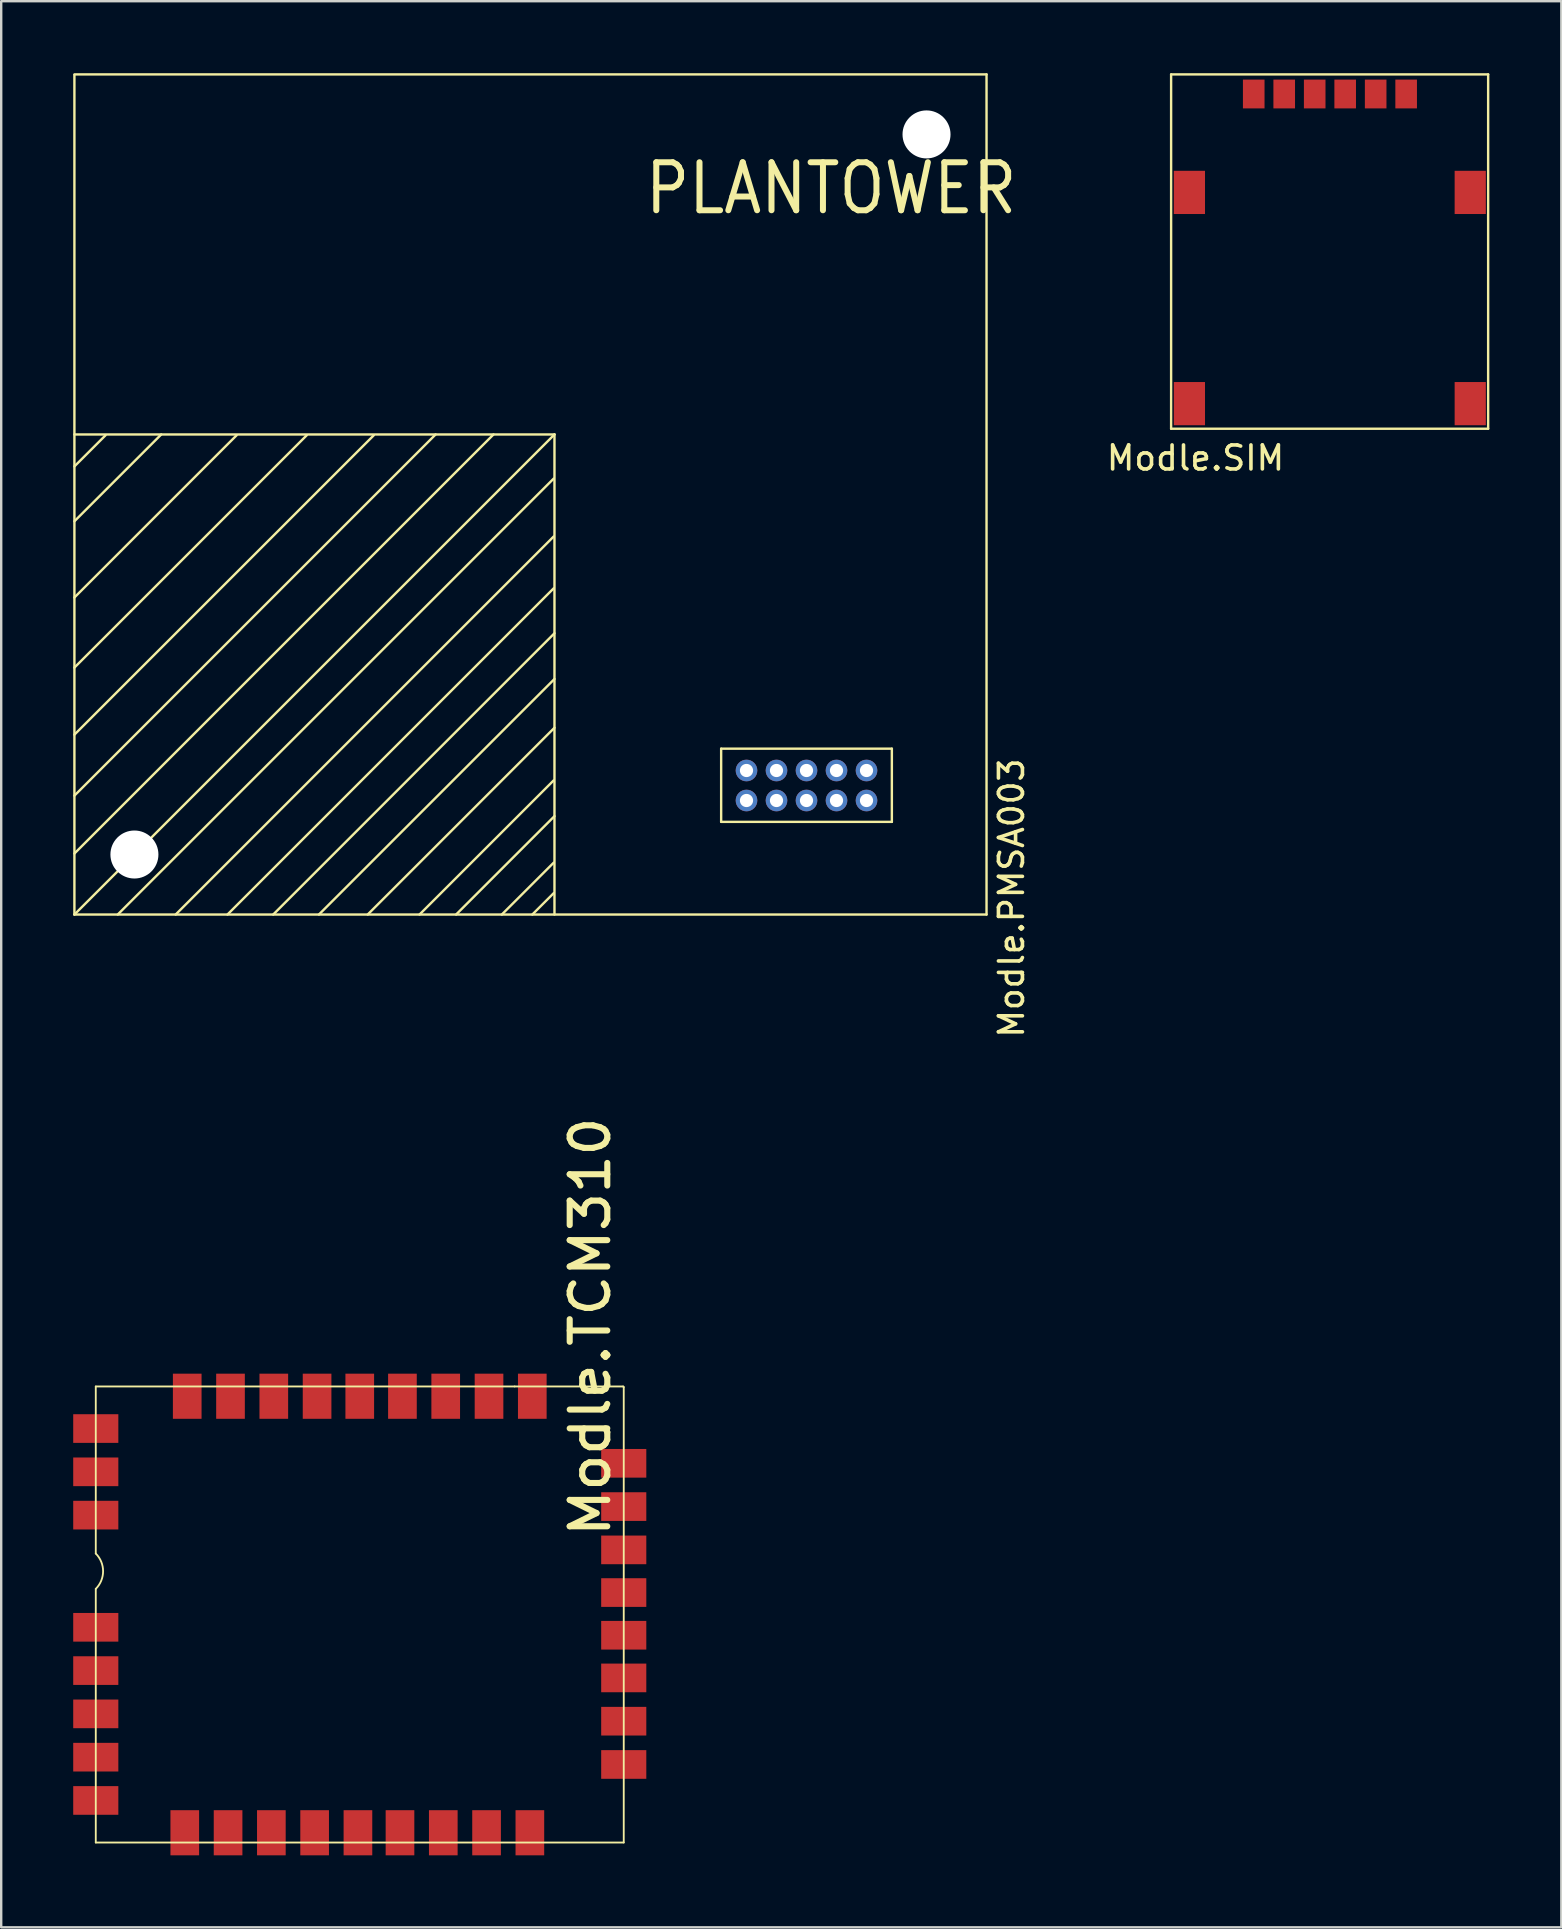
<source format=kicad_pcb>
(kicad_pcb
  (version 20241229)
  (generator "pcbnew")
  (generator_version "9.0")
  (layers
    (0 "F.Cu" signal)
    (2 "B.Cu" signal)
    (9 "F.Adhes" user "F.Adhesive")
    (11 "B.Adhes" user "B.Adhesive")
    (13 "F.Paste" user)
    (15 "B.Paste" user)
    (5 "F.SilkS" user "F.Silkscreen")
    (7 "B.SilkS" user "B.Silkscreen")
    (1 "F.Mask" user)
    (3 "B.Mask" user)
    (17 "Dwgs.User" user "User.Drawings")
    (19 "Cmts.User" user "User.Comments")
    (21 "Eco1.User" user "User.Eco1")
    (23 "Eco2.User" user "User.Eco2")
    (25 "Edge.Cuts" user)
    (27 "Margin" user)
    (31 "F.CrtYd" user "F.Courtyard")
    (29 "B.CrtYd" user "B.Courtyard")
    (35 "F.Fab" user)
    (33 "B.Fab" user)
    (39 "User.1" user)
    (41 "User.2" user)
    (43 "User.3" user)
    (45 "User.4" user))
  (footprint "Modle.PMSA003"
    (layer "F.Cu")
    (at 20.016 18.388)
    (property "Reference" "Modle.PMSA003" (at 19.075 15.977 90) (layer "F.SilkS") (effects (font (size 1 1) (thickness 0.15))))
    (attr through_hole)
    (fp_line (start -19.966 -2.007) (end -18.669 -3.304) (stroke (width 0.1) (type solid)) (layer "F.SilkS"))
    (fp_line (start -19.966 0.279) (end -16.349 -3.338) (stroke (width 0.1) (type solid)) (layer "F.SilkS"))
    (fp_line (start -19.966 3.454) (end -13.208 -3.304) (stroke (width 0.1) (type solid)) (layer "F.SilkS"))
    (fp_line (start -19.966 6.375) (end -10.287 -3.304) (stroke (width 0.1) (type solid)) (layer "F.SilkS"))
    (fp_line (start -19.966 9.169) (end -7.493 -3.304) (stroke (width 0.1) (type solid)) (layer "F.SilkS"))
    (fp_line (start -19.966 11.709) (end -4.919 -3.338) (stroke (width 0.1) (type solid)) (layer "F.SilkS"))
    (fp_line (start -19.966 14.122) (end -2.506 -3.338) (stroke (width 0.1) (type solid)) (layer "F.SilkS"))
    (fp_line (start -19.966 16.662) (end -19.966 -18.311) (stroke (width 0.1) (type solid)) (layer "F.SilkS"))
    (fp_line (start -19.966 16.662) (end 0.034 -3.338) (stroke (width 0.1) (type solid)) (layer "F.SilkS"))
    (fp_line (start -18.161 16.662) (end 0 -1.499) (stroke (width 0.1) (type solid)) (layer "F.SilkS"))
    (fp_line (start -15.748 16.662) (end 0 0.914) (stroke (width 0.1) (type solid)) (layer "F.SilkS"))
    (fp_line (start -13.589 16.662) (end 0 3.073) (stroke (width 0.1) (type solid)) (layer "F.SilkS"))
    (fp_line (start -11.684 16.662) (end 0.034 4.944) (stroke (width 0.1) (type solid)) (layer "F.SilkS"))
    (fp_line (start -9.779 16.662) (end 0.034 6.849) (stroke (width 0.1) (type solid)) (layer "F.SilkS"))
    (fp_line (start -7.747 16.662) (end 0.034 8.881) (stroke (width 0.1) (type solid)) (layer "F.SilkS"))
    (fp_line (start -5.588 16.662) (end 0 11.074) (stroke (width 0.1) (type solid)) (layer "F.SilkS"))
    (fp_line (start -4.064 16.662) (end 0.034 12.564) (stroke (width 0.1) (type solid)) (layer "F.SilkS"))
    (fp_line (start -2.159 16.662) (end 0 14.503) (stroke (width 0.1) (type solid)) (layer "F.SilkS"))
    (fp_line (start -0.889 16.662) (end 0 15.773) (stroke (width 0.1) (type solid)) (layer "F.SilkS"))
    (fp_line (start 0.034 -3.338) (end -19.966 -3.338) (stroke (width 0.1) (type solid)) (layer "F.SilkS"))
    (fp_line (start 0.034 16.662) (end 0.034 -3.338) (stroke (width 0.1) (type solid)) (layer "F.SilkS"))
    (fp_line (start 6.978 12.801) (end 6.978 9.753) (stroke (width 0.1) (type solid)) (layer "F.SilkS"))
    (fp_line (start 14.09 9.753) (end 6.978 9.753) (stroke (width 0.1) (type solid)) (layer "F.SilkS"))
    (fp_line (start 14.09 12.801) (end 6.978 12.801) (stroke (width 0.1) (type solid)) (layer "F.SilkS"))
    (fp_line (start 14.09 12.801) (end 14.09 9.753) (stroke (width 0.1) (type solid)) (layer "F.SilkS"))
    (fp_line (start 18.034 -18.338) (end -19.966 -18.338) (stroke (width 0.1) (type solid)) (layer "F.SilkS"))
    (fp_line (start 18.034 16.662) (end -19.966 16.662) (stroke (width 0.1) (type solid)) (layer "F.SilkS"))
    (fp_line (start 18.034 16.662) (end 18.034 -18.338) (stroke (width 0.1) (type solid)) (layer "F.SilkS"))
    (fp_text user "PLANTOWER" (at 3.683 -12.421 180) (layer "F.SilkS") (effects (font (size 2 1.8) (thickness 0.25)) (justify left bottom)))
    (pad "" np_thru_hole circle (at -17.466 14.162 90) (size 2 2) (drill 2) (layers "*.Cu" "*.Mask"))
    (pad "" np_thru_hole circle (at 15.534 -15.838 90) (size 2 2) (drill 2) (layers "*.Cu" "*.Mask"))
    (pad "1" thru_hole circle (at 13.034 11.912 90) (size 0.9 0.9) (drill 0.55) (layers "*.Cu" "*.Mask"))
    (pad "2" thru_hole circle (at 13.034 10.662 90) (size 0.9 0.9) (drill 0.55) (layers "*.Cu" "*.Mask"))
    (pad "3" thru_hole circle (at 11.784 11.912 90) (size 0.9 0.9) (drill 0.55) (layers "*.Cu" "*.Mask"))
    (pad "4" thru_hole circle (at 11.784 10.662 90) (size 0.9 0.9) (drill 0.55) (layers "*.Cu" "*.Mask"))
    (pad "5" thru_hole circle (at 10.534 11.912 90) (size 0.9 0.9) (drill 0.55) (layers "*.Cu" "*.Mask"))
    (pad "6" thru_hole circle (at 10.534 10.662 90) (size 0.9 0.9) (drill 0.55) (layers "*.Cu" "*.Mask"))
    (pad "7" thru_hole circle (at 9.284 11.912 90) (size 0.9 0.9) (drill 0.55) (layers "*.Cu" "*.Mask"))
    (pad "8" thru_hole circle (at 9.284 10.662 90) (size 0.9 0.9) (drill 0.55) (layers "*.Cu" "*.Mask"))
    (pad "9" thru_hole circle (at 8.034 11.912 90) (size 0.9 0.9) (drill 0.55) (layers "*.Cu" "*.Mask"))
    (pad "10" thru_hole circle (at 8.034 10.662 90) (size 0.9 0.9) (drill 0.55) (layers "*.Cu" "*.Mask")))
  (footprint "Modle.SIM"
    (layer "F.Cu")
    (at 52.369 8.259)
    (property "Reference" "Modle.SIM" (at -5.613 7.772 0) (layer "F.SilkS") (effects (font (size 1 1) (thickness 0.15))))
    (attr through_hole)
    (fp_line (start -6.629 -8.209) (end 6.579 -8.209) (stroke (width 0.1) (type solid)) (layer "F.SilkS"))
    (fp_line (start -6.629 6.553) (end -6.629 -8.209) (stroke (width 0.1) (type solid)) (layer "F.SilkS"))
    (fp_line (start -6.629 6.553) (end 6.579 6.553) (stroke (width 0.1) (type solid)) (layer "F.SilkS"))
    (fp_line (start 6.579 6.553) (end 6.579 -8.209) (stroke (width 0.1) (type solid)) (layer "F.SilkS"))
    (pad "1" smd rect (at -3.187 -7.393) (size 0.9 1.2) (layers "F.Cu" "F.Mask" "F.Paste"))
    (pad "2" smd rect (at -1.917 -7.393) (size 0.9 1.2) (layers "F.Cu" "F.Mask" "F.Paste"))
    (pad "3" smd rect (at -0.647 -7.393) (size 0.9 1.2) (layers "F.Cu" "F.Mask" "F.Paste"))
    (pad "4" smd rect (at 0.623 -7.393) (size 0.9 1.2) (layers "F.Cu" "F.Mask" "F.Paste"))
    (pad "5" smd rect (at 1.893 -7.393) (size 0.9 1.2) (layers "F.Cu" "F.Mask" "F.Paste"))
    (pad "6" smd rect (at 3.163 -7.393) (size 0.9 1.2) (layers "F.Cu" "F.Mask" "F.Paste"))
    (pad "7" smd rect (at -5.867 -3.293) (size 1.3 1.8) (layers "F.Cu" "F.Mask" "F.Paste"))
    (pad "7" smd rect (at 5.833 -3.293) (size 1.3 1.8) (layers "F.Cu" "F.Mask" "F.Paste"))
    (pad "7" smd rect (at 5.833 5.507) (size 1.3 1.8) (layers "F.Cu" "F.Mask" "F.Paste"))
    (pad "8" smd rect (at -5.867 5.507) (size 1.3 1.8) (layers "F.Cu" "F.Mask" "F.Paste")))
  (footprint "Modle.TCM310"
    (layer "F.Cu")
    (at 11.938 64.212)
    (property "Reference" "Modle.TCM310" (at 9.601 -11.989 90) (unlocked yes) (layer "F.SilkS") (effects (font (size 1.566 1.647) (thickness 0.254))))
    (attr smd)
    (fp_line (start -10.998 -9.5) (end 6.452 -9.5) (stroke (width 0.076) (type solid)) (layer "F.SilkS"))
    (fp_line (start -10.998 -2.54) (end -10.998 -9.5) (stroke (width 0.076) (type solid)) (layer "F.SilkS"))
    (fp_line (start -10.998 9.5) (end -10.998 -1.067) (stroke (width 0.076) (type solid)) (layer "F.SilkS"))
    (fp_line (start -10.998 9.5) (end 10.998 9.5) (stroke (width 0.076) (type solid)) (layer "F.SilkS"))
    (fp_line (start 6.452 -9.5) (end 10.973 -9.5) (stroke (width 0.076) (type solid)) (layer "F.SilkS"))
    (fp_line (start 10.973 -9.5) (end 10.998 -9.474) (stroke (width 0.076) (type solid)) (layer "F.SilkS"))
    (fp_line (start 10.998 9.5) (end 10.998 -9.474) (stroke (width 0.076) (type solid)) (layer "F.SilkS"))
    (fp_arc (start -10.998419 -2.539781) (mid -10.6934 -1.8034) (end -10.998419 -1.067019) (stroke (width 0.0762) (type solid)) (layer "F.SilkS"))
    (pad "1" smd rect (at -10.998 -7.747 90) (size 1.194 1.88) (layers "F.Cu" "F.Mask" "F.Paste"))
    (pad "2" smd rect (at -10.998 -5.944 90) (size 1.194 1.88) (layers "F.Cu" "F.Mask" "F.Paste"))
    (pad "3" smd rect (at -10.998 -4.14 90) (size 1.194 1.88) (layers "F.Cu" "F.Mask" "F.Paste"))
    (pad "4" smd rect (at -10.998 0.533 90) (size 1.194 1.88) (layers "F.Cu" "F.Mask" "F.Paste"))
    (pad "5" smd rect (at -10.998 2.337 90) (size 1.194 1.88) (layers "F.Cu" "F.Mask" "F.Paste"))
    (pad "6" smd rect (at -10.998 4.14 90) (size 1.194 1.88) (layers "F.Cu" "F.Mask" "F.Paste"))
    (pad "7" smd rect (at -10.998 5.944 90) (size 1.194 1.88) (layers "F.Cu" "F.Mask" "F.Paste"))
    (pad "8" smd rect (at -10.998 7.747 90) (size 1.194 1.88) (layers "F.Cu" "F.Mask" "F.Paste"))
    (pad "9" smd rect (at -7.29 9.093 180) (size 1.194 1.88) (layers "F.Cu" "F.Mask" "F.Paste"))
    (pad "10" smd rect (at -5.486 9.093 180) (size 1.194 1.88) (layers "F.Cu" "F.Mask" "F.Paste"))
    (pad "11" smd rect (at -3.683 9.093 180) (size 1.194 1.88) (layers "F.Cu" "F.Mask" "F.Paste"))
    (pad "12" smd rect (at -1.88 9.093 180) (size 1.194 1.88) (layers "F.Cu" "F.Mask" "F.Paste"))
    (pad "13" smd rect (at -0.076 9.093 180) (size 1.194 1.88) (layers "F.Cu" "F.Mask" "F.Paste"))
    (pad "14" smd rect (at 1.676 9.093 180) (size 1.194 1.88) (layers "F.Cu" "F.Mask" "F.Paste"))
    (pad "15" smd rect (at 3.48 9.093 180) (size 1.194 1.88) (layers "F.Cu" "F.Mask" "F.Paste"))
    (pad "16" smd rect (at 5.283 9.093 180) (size 1.194 1.88) (layers "F.Cu" "F.Mask" "F.Paste"))
    (pad "17" smd rect (at 7.087 9.093 180) (size 1.194 1.88) (layers "F.Cu" "F.Mask" "F.Paste"))
    (pad "18" smd rect (at 10.998 6.248 270) (size 1.194 1.88) (layers "F.Cu" "F.Mask" "F.Paste"))
    (pad "19" smd rect (at 10.998 4.445 270) (size 1.194 1.88) (layers "F.Cu" "F.Mask" "F.Paste"))
    (pad "20" smd rect (at 10.998 2.642 270) (size 1.194 1.88) (layers "F.Cu" "F.Mask" "F.Paste"))
    (pad "21" smd rect (at 10.998 0.864 270) (size 1.194 1.88) (layers "F.Cu" "F.Mask" "F.Paste"))
    (pad "22" smd rect (at 10.998 -0.914 270) (size 1.194 1.88) (layers "F.Cu" "F.Mask" "F.Paste"))
    (pad "23" smd rect (at 10.998 -2.692 270) (size 1.194 1.88) (layers "F.Cu" "F.Mask" "F.Paste"))
    (pad "24" smd rect (at 10.998 -4.496 270) (size 1.194 1.88) (layers "F.Cu" "F.Mask" "F.Paste"))
    (pad "25" smd rect (at 10.998 -6.299 270) (size 1.194 1.88) (layers "F.Cu" "F.Mask" "F.Paste"))
    (pad "26" smd rect (at 7.188 -9.093) (size 1.194 1.88) (layers "F.Cu" "F.Mask" "F.Paste"))
    (pad "27" smd rect (at 5.385 -9.093) (size 1.194 1.88) (layers "F.Cu" "F.Mask" "F.Paste"))
    (pad "28" smd rect (at 3.581 -9.093) (size 1.194 1.88) (layers "F.Cu" "F.Mask" "F.Paste"))
    (pad "29" smd rect (at 1.778 -9.093) (size 1.194 1.88) (layers "F.Cu" "F.Mask" "F.Paste"))
    (pad "30" smd rect (at 0 -9.093) (size 1.194 1.88) (layers "F.Cu" "F.Mask" "F.Paste"))
    (pad "31" smd rect (at -1.778 -9.093) (size 1.194 1.88) (layers "F.Cu" "F.Mask" "F.Paste"))
    (pad "32" smd rect (at -3.581 -9.093) (size 1.194 1.88) (layers "F.Cu" "F.Mask" "F.Paste"))
    (pad "33" smd rect (at -5.385 -9.093) (size 1.194 1.88) (layers "F.Cu" "F.Mask" "F.Paste"))
    (pad "34" smd rect (at -7.188 -9.093) (size 1.194 1.88) (layers "F.Cu" "F.Mask" "F.Paste")))
  (gr_rect
    (start -3 -3)
    (end 61.997 77.245)
    (stroke (width 0.1) (type default))
    (fill no)
    (layer "Edge.Cuts")))
</source>
